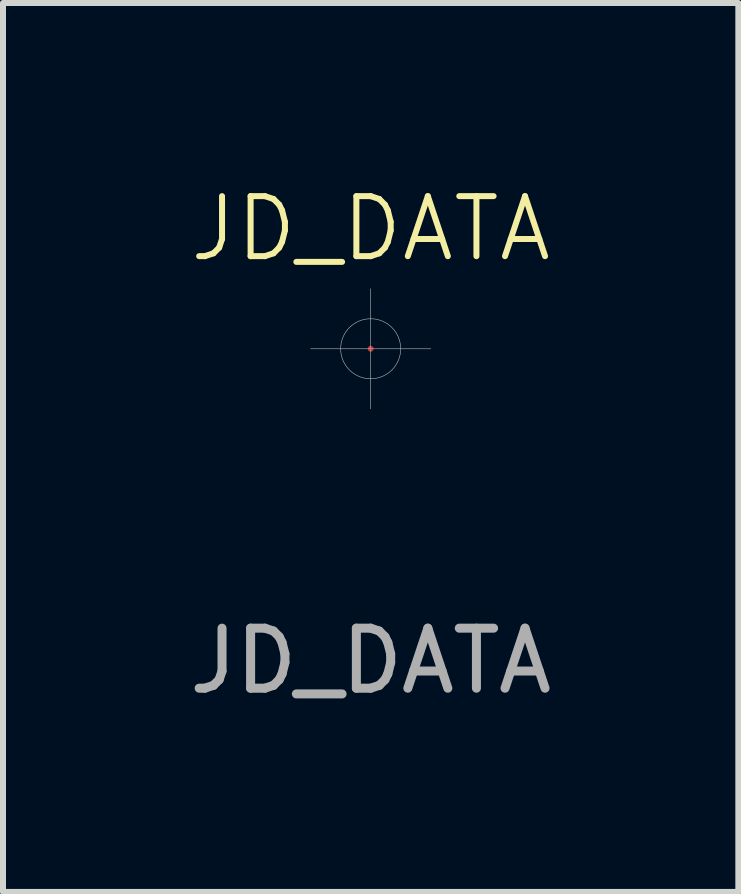
<source format=kicad_pcb>
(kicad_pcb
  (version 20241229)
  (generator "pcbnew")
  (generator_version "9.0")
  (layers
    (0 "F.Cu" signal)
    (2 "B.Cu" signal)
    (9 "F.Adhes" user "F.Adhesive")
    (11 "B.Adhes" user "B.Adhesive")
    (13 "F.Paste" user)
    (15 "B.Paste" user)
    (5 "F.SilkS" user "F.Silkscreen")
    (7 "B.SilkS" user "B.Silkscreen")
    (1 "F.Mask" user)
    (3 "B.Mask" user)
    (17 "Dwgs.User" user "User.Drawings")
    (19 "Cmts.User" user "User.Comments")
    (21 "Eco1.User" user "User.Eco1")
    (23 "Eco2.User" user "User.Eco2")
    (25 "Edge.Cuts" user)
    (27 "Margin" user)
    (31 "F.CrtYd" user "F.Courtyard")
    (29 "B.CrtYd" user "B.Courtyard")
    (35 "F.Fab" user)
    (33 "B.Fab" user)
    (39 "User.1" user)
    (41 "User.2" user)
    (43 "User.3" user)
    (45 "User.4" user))
  (footprint "JD_DATA"
    (layer "F.Cu")
    (at 3.125 2.76)
    (property "Reference" "JD_DATA" (at 0 -2 0) (unlocked yes) (layer "F.SilkS") (effects (font (size 1 1) (thickness 0.1))))
    (attr smd)
    (fp_line (start -1 0) (end 1 0) (stroke (width 0.01) (type default)) (layer "F.Fab"))
    (fp_line (start 0 -1) (end 0 1) (stroke (width 0.01) (type default)) (layer "F.Fab"))
    (fp_circle (center 0 0) (end 0.5 0) (stroke (width 0.01) (type default)) (fill no) (layer "F.Fab"))
    (fp_line (start 0 0) (end 0 0) (stroke (width 0.13) (type default)) (layer "User.1"))
    (fp_text user "${REFERENCE}" (at 0 5.2 0) (unlocked yes) (layer "F.Fab") (effects (font (size 1 1) (thickness 0.15))))
    (pad "1" smd circle (at 0 0) (size 0.1 0.1) (layers "F.Cu")))
  (gr_rect
    (start -3 -3)
    (end 9.25 11.809)
    (stroke (width 0.1) (type default))
    (fill no)
    (layer "Edge.Cuts")))
</source>
